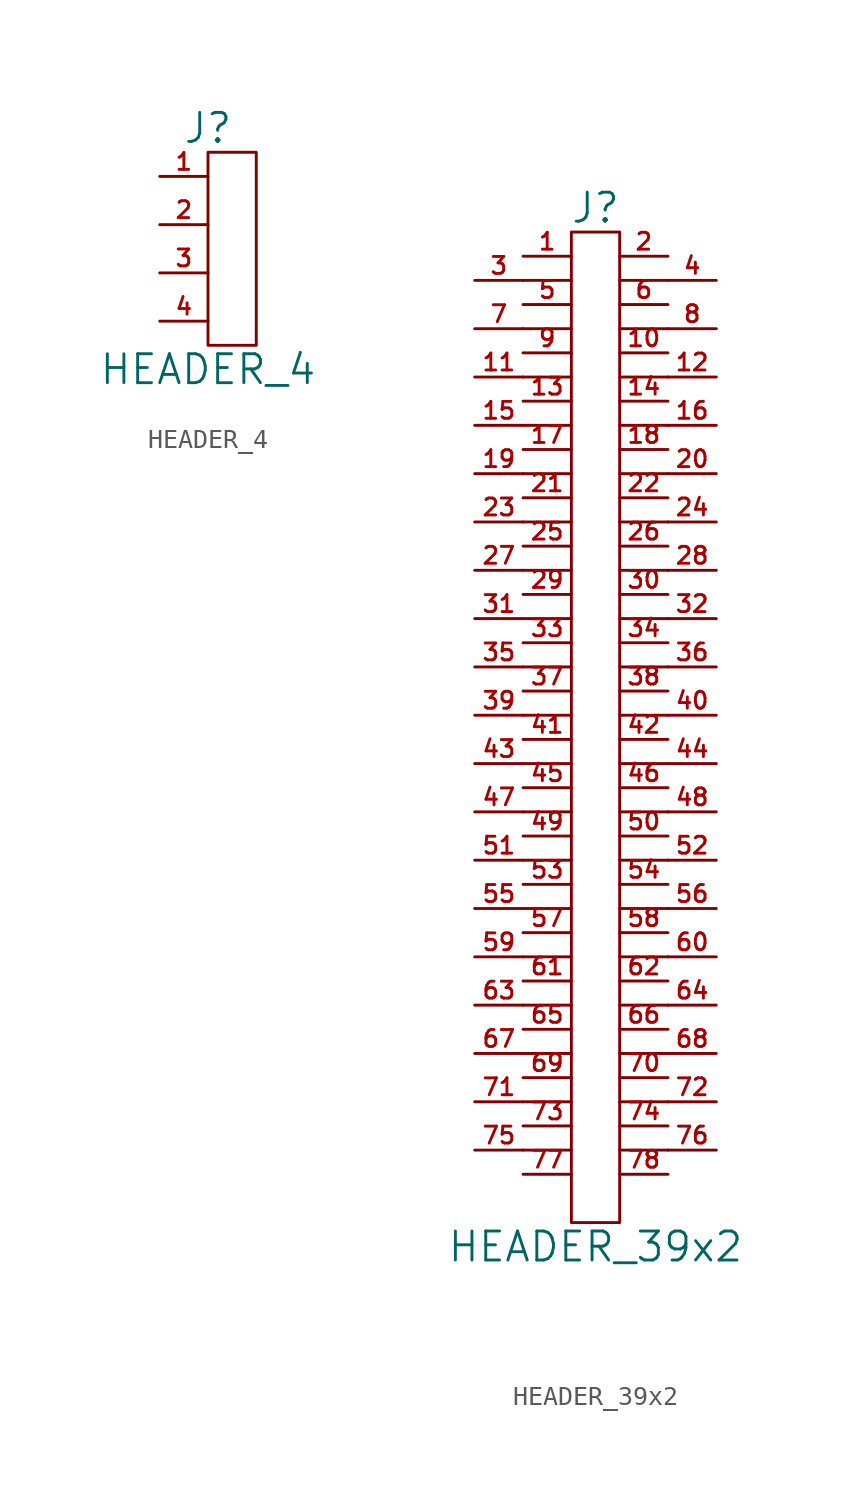
<source format=kicad_sym>
(kicad_symbol_lib
  (version 20201005)
  (generator kicad_symbol_editor)
  (symbol "HEADER_4"
    (pin_names
      (offset 0))
    (property "Reference" "J"
      (at 0 6.35 0)
      (effects (font (size 1.524 1.524))))
    (property "Value" "HEADER_4"
      (at 0 -6.35 0)
      (effects (font (size 1.524 1.524))))
    (property "Footprint" ""
      (at 0 0 0)
      (effects (font (size 1.524 1.524))))
    (property "Datasheet" ""
      (at 0 0 0)
      (effects (font (size 1.524 1.524))))
    (symbol "HEADER_4_0_1"
      (rectangle (start 2.54 5.08) (end 0 -5.08) (stroke (width 0)) (fill (type none))))
    (symbol "HEADER_4_1_1"
      (pin passive line (at -2.54 3.81 0) (length 2.54) (name "~" (effects (font (size 1.27 1.27)))) (number "1" (effects (font (size 0.889 0.889)))))
      (pin passive line (at -2.54 1.27 0) (length 2.54) (name "~" (effects (font (size 1.27 1.27)))) (number "2" (effects (font (size 0.889 0.889)))))
      (pin passive line (at -2.54 -1.27 0) (length 2.54) (name "~" (effects (font (size 1.27 1.27)))) (number "3" (effects (font (size 0.889 0.889)))))
      (pin passive line (at -2.54 -3.81 0) (length 2.54) (name "~" (effects (font (size 1.27 1.27)))) (number "4" (effects (font (size 0.889 0.889)))))))
  (symbol "HEADER_39x2"
    (pin_names
      (offset 0))
    (property "Reference" "J"
      (at 0 26.67 0)
      (effects (font (size 1.524 1.524))))
    (property "Value" "HEADER_39x2"
      (at 0 -27.94 0)
      (effects (font (size 1.524 1.524))))
    (property "Footprint" ""
      (at 0 0 0)
      (effects (font (size 1.524 1.524))))
    (property "Datasheet" ""
      (at 0 0 0)
      (effects (font (size 1.524 1.524))))
    (symbol "HEADER_39x2_0_1"
      (rectangle (start -1.27 25.4) (end 1.27 -26.67) (stroke (width 0)) (fill (type none)))
      (polyline (pts (xy -3.81 -22.86) (xy -1.27 -22.86)) (stroke (width 0)) (fill (type none)))
      (polyline (pts (xy -3.81 -20.32) (xy -1.27 -20.32)) (stroke (width 0)) (fill (type none)))
      (polyline (pts (xy -3.81 -17.78) (xy -1.27 -17.78)) (stroke (width 0)) (fill (type none)))
      (polyline (pts (xy -3.81 -15.24) (xy -1.27 -15.24)) (stroke (width 0)) (fill (type none)))
      (polyline (pts (xy -3.81 -12.7) (xy -1.27 -12.7)) (stroke (width 0)) (fill (type none)))
      (polyline (pts (xy -3.81 -10.16) (xy -1.27 -10.16)) (stroke (width 0)) (fill (type none)))
      (polyline (pts (xy -3.81 -7.62) (xy -1.27 -7.62)) (stroke (width 0)) (fill (type none)))
      (polyline (pts (xy -3.81 -5.08) (xy -1.27 -5.08)) (stroke (width 0)) (fill (type none)))
      (polyline (pts (xy -3.81 -2.54) (xy -1.27 -2.54)) (stroke (width 0)) (fill (type none)))
      (polyline (pts (xy -3.81 0) (xy -1.27 0)) (stroke (width 0)) (fill (type none)))
      (polyline (pts (xy -3.81 2.54) (xy -1.27 2.54)) (stroke (width 0)) (fill (type none)))
      (polyline (pts (xy -3.81 5.08) (xy -1.27 5.08)) (stroke (width 0)) (fill (type none)))
      (polyline (pts (xy -3.81 7.62) (xy -1.27 7.62)) (stroke (width 0)) (fill (type none)))
      (polyline (pts (xy -3.81 10.16) (xy -1.27 10.16)) (stroke (width 0)) (fill (type none)))
      (polyline (pts (xy -3.81 12.7) (xy -1.27 12.7)) (stroke (width 0)) (fill (type none)))
      (polyline (pts (xy -3.81 15.24) (xy -1.27 15.24)) (stroke (width 0)) (fill (type none)))
      (polyline (pts (xy -3.81 17.78) (xy -1.27 17.78)) (stroke (width 0)) (fill (type none)))
      (polyline (pts (xy -3.81 20.32) (xy -1.27 20.32)) (stroke (width 0)) (fill (type none)))
      (polyline (pts (xy -3.81 22.86) (xy -1.27 22.86)) (stroke (width 0)) (fill (type none)))
      (polyline (pts (xy 1.27 -22.86) (xy 3.81 -22.86)) (stroke (width 0)) (fill (type none)))
      (polyline (pts (xy 1.27 -20.32) (xy 3.81 -20.32)) (stroke (width 0)) (fill (type none)))
      (polyline (pts (xy 1.27 -17.78) (xy 3.81 -17.78)) (stroke (width 0)) (fill (type none)))
      (polyline (pts (xy 1.27 -15.24) (xy 3.81 -15.24)) (stroke (width 0)) (fill (type none)))
      (polyline (pts (xy 1.27 -12.7) (xy 3.81 -12.7)) (stroke (width 0)) (fill (type none)))
      (polyline (pts (xy 1.27 -10.16) (xy 3.81 -10.16)) (stroke (width 0)) (fill (type none)))
      (polyline (pts (xy 1.27 -7.62) (xy 3.81 -7.62)) (stroke (width 0)) (fill (type none)))
      (polyline (pts (xy 1.27 -5.08) (xy 3.81 -5.08)) (stroke (width 0)) (fill (type none)))
      (polyline (pts (xy 1.27 -2.54) (xy 3.81 -2.54)) (stroke (width 0)) (fill (type none)))
      (polyline (pts (xy 1.27 0) (xy 3.81 0)) (stroke (width 0)) (fill (type none)))
      (polyline (pts (xy 1.27 2.54) (xy 3.81 2.54)) (stroke (width 0)) (fill (type none)))
      (polyline (pts (xy 1.27 5.08) (xy 3.81 5.08)) (stroke (width 0)) (fill (type none)))
      (polyline (pts (xy 1.27 7.62) (xy 3.81 7.62)) (stroke (width 0)) (fill (type none)))
      (polyline (pts (xy 1.27 10.16) (xy 3.81 10.16)) (stroke (width 0)) (fill (type none)))
      (polyline (pts (xy 1.27 12.7) (xy 3.81 12.7)) (stroke (width 0)) (fill (type none)))
      (polyline (pts (xy 1.27 15.24) (xy 3.81 15.24)) (stroke (width 0)) (fill (type none)))
      (polyline (pts (xy 1.27 17.78) (xy 3.81 17.78)) (stroke (width 0)) (fill (type none)))
      (polyline (pts (xy 1.27 20.32) (xy 3.81 20.32)) (stroke (width 0)) (fill (type none)))
      (polyline (pts (xy 1.27 22.86) (xy 3.81 22.86)) (stroke (width 0)) (fill (type none))))
    (symbol "HEADER_39x2_1_1"
      (pin passive line (at -3.81 24.13 0) (length 2.54) (name "~" (effects (font (size 1.27 1.27)))) (number "1" (effects (font (size 0.889 0.889)))))
      (pin passive line (at 3.81 19.05 180) (length 2.54) (name "~" (effects (font (size 1.27 1.27)))) (number "10" (effects (font (size 0.889 0.889)))))
      (pin passive line (at -6.35 17.78 0) (length 2.54) (name "~" (effects (font (size 1.27 1.27)))) (number "11" (effects (font (size 0.889 0.889)))))
      (pin passive line (at 6.35 17.78 180) (length 2.54) (name "~" (effects (font (size 1.27 1.27)))) (number "12" (effects (font (size 0.889 0.889)))))
      (pin passive line (at -3.81 16.51 0) (length 2.54) (name "~" (effects (font (size 1.27 1.27)))) (number "13" (effects (font (size 0.889 0.889)))))
      (pin passive line (at 3.81 16.51 180) (length 2.54) (name "~" (effects (font (size 1.27 1.27)))) (number "14" (effects (font (size 0.889 0.889)))))
      (pin passive line (at -6.35 15.24 0) (length 2.54) (name "~" (effects (font (size 1.27 1.27)))) (number "15" (effects (font (size 0.889 0.889)))))
      (pin passive line (at 6.35 15.24 180) (length 2.54) (name "~" (effects (font (size 1.27 1.27)))) (number "16" (effects (font (size 0.889 0.889)))))
      (pin passive line (at -3.81 13.97 0) (length 2.54) (name "~" (effects (font (size 1.27 1.27)))) (number "17" (effects (font (size 0.889 0.889)))))
      (pin passive line (at 3.81 13.97 180) (length 2.54) (name "~" (effects (font (size 1.27 1.27)))) (number "18" (effects (font (size 0.889 0.889)))))
      (pin passive line (at -6.35 12.7 0) (length 2.54) (name "~" (effects (font (size 1.27 1.27)))) (number "19" (effects (font (size 0.889 0.889)))))
      (pin passive line (at 3.81 24.13 180) (length 2.54) (name "~" (effects (font (size 1.27 1.27)))) (number "2" (effects (font (size 0.889 0.889)))))
      (pin passive line (at 6.35 12.7 180) (length 2.54) (name "~" (effects (font (size 1.27 1.27)))) (number "20" (effects (font (size 0.889 0.889)))))
      (pin passive line (at -3.81 11.43 0) (length 2.54) (name "~" (effects (font (size 1.27 1.27)))) (number "21" (effects (font (size 0.889 0.889)))))
      (pin passive line (at 3.81 11.43 180) (length 2.54) (name "~" (effects (font (size 1.27 1.27)))) (number "22" (effects (font (size 0.889 0.889)))))
      (pin passive line (at -6.35 10.16 0) (length 2.54) (name "~" (effects (font (size 1.27 1.27)))) (number "23" (effects (font (size 0.889 0.889)))))
      (pin passive line (at 6.35 10.16 180) (length 2.54) (name "~" (effects (font (size 1.27 1.27)))) (number "24" (effects (font (size 0.889 0.889)))))
      (pin passive line (at -3.81 8.89 0) (length 2.54) (name "~" (effects (font (size 1.27 1.27)))) (number "25" (effects (font (size 0.889 0.889)))))
      (pin passive line (at 3.81 8.89 180) (length 2.54) (name "~" (effects (font (size 1.27 1.27)))) (number "26" (effects (font (size 0.889 0.889)))))
      (pin passive line (at -6.35 7.62 0) (length 2.54) (name "~" (effects (font (size 1.27 1.27)))) (number "27" (effects (font (size 0.889 0.889)))))
      (pin passive line (at 6.35 7.62 180) (length 2.54) (name "~" (effects (font (size 1.27 1.27)))) (number "28" (effects (font (size 0.889 0.889)))))
      (pin passive line (at -3.81 6.35 0) (length 2.54) (name "~" (effects (font (size 1.27 1.27)))) (number "29" (effects (font (size 0.889 0.889)))))
      (pin passive line (at -6.35 22.86 0) (length 2.54) (name "~" (effects (font (size 1.27 1.27)))) (number "3" (effects (font (size 0.889 0.889)))))
      (pin passive line (at 3.81 6.35 180) (length 2.54) (name "~" (effects (font (size 1.27 1.27)))) (number "30" (effects (font (size 0.889 0.889)))))
      (pin passive line (at -6.35 5.08 0) (length 2.54) (name "~" (effects (font (size 1.27 1.27)))) (number "31" (effects (font (size 0.889 0.889)))))
      (pin passive line (at 6.35 5.08 180) (length 2.54) (name "~" (effects (font (size 1.27 1.27)))) (number "32" (effects (font (size 0.889 0.889)))))
      (pin passive line (at -3.81 3.81 0) (length 2.54) (name "~" (effects (font (size 1.27 1.27)))) (number "33" (effects (font (size 0.889 0.889)))))
      (pin passive line (at 3.81 3.81 180) (length 2.54) (name "~" (effects (font (size 1.27 1.27)))) (number "34" (effects (font (size 0.889 0.889)))))
      (pin passive line (at -6.35 2.54 0) (length 2.54) (name "~" (effects (font (size 1.27 1.27)))) (number "35" (effects (font (size 0.889 0.889)))))
      (pin passive line (at 6.35 2.54 180) (length 2.54) (name "~" (effects (font (size 1.27 1.27)))) (number "36" (effects (font (size 0.889 0.889)))))
      (pin passive line (at -3.81 1.27 0) (length 2.54) (name "~" (effects (font (size 0.889 0.889)))) (number "37" (effects (font (size 0.889 0.889)))))
      (pin passive line (at 3.81 1.27 180) (length 2.54) (name "~" (effects (font (size 1.27 1.27)))) (number "38" (effects (font (size 0.889 0.889)))))
      (pin passive line (at -6.35 0 0) (length 2.54) (name "~" (effects (font (size 1.27 1.27)))) (number "39" (effects (font (size 0.889 0.889)))))
      (pin passive line (at 6.35 22.86 180) (length 2.54) (name "~" (effects (font (size 1.27 1.27)))) (number "4" (effects (font (size 0.889 0.889)))))
      (pin passive line (at 6.35 0 180) (length 2.54) (name "~" (effects (font (size 1.27 1.27)))) (number "40" (effects (font (size 0.889 0.889)))))
      (pin passive line (at -3.81 -1.27 0) (length 2.54) (name "~" (effects (font (size 1.27 1.27)))) (number "41" (effects (font (size 0.889 0.889)))))
      (pin passive line (at 3.81 -1.27 180) (length 2.54) (name "~" (effects (font (size 1.27 1.27)))) (number "42" (effects (font (size 0.889 0.889)))))
      (pin passive line (at -6.35 -2.54 0) (length 2.54) (name "~" (effects (font (size 1.27 1.27)))) (number "43" (effects (font (size 0.889 0.889)))))
      (pin passive line (at 6.35 -2.54 180) (length 2.54) (name "~" (effects (font (size 1.27 1.27)))) (number "44" (effects (font (size 0.889 0.889)))))
      (pin passive line (at -3.81 -3.81 0) (length 2.54) (name "~" (effects (font (size 1.27 1.27)))) (number "45" (effects (font (size 0.889 0.889)))))
      (pin passive line (at 3.81 -3.81 180) (length 2.54) (name "~" (effects (font (size 1.27 1.27)))) (number "46" (effects (font (size 0.889 0.889)))))
      (pin passive line (at -6.35 -5.08 0) (length 2.54) (name "~" (effects (font (size 1.27 1.27)))) (number "47" (effects (font (size 0.889 0.889)))))
      (pin passive line (at 6.35 -5.08 180) (length 2.54) (name "~" (effects (font (size 1.27 1.27)))) (number "48" (effects (font (size 0.889 0.889)))))
      (pin passive line (at -3.81 -6.35 0) (length 2.54) (name "~" (effects (font (size 1.27 1.27)))) (number "49" (effects (font (size 0.889 0.889)))))
      (pin passive line (at -3.81 21.59 0) (length 2.54) (name "~" (effects (font (size 1.27 1.27)))) (number "5" (effects (font (size 0.889 0.889)))))
      (pin passive line (at 3.81 -6.35 180) (length 2.54) (name "~" (effects (font (size 1.27 1.27)))) (number "50" (effects (font (size 0.889 0.889)))))
      (pin passive line (at -6.35 -7.62 0) (length 2.54) (name "~" (effects (font (size 1.27 1.27)))) (number "51" (effects (font (size 0.889 0.889)))))
      (pin passive line (at 6.35 -7.62 180) (length 2.54) (name "~" (effects (font (size 1.27 1.27)))) (number "52" (effects (font (size 0.889 0.889)))))
      (pin passive line (at -3.81 -8.89 0) (length 2.54) (name "~" (effects (font (size 1.27 1.27)))) (number "53" (effects (font (size 0.889 0.889)))))
      (pin passive line (at 3.81 -8.89 180) (length 2.54) (name "~" (effects (font (size 1.27 1.27)))) (number "54" (effects (font (size 0.889 0.889)))))
      (pin passive line (at -6.35 -10.16 0) (length 2.54) (name "~" (effects (font (size 1.27 1.27)))) (number "55" (effects (font (size 0.889 0.889)))))
      (pin passive line (at 6.35 -10.16 180) (length 2.54) (name "~" (effects (font (size 1.27 1.27)))) (number "56" (effects (font (size 0.889 0.889)))))
      (pin passive line (at -3.81 -11.43 0) (length 2.54) (name "~" (effects (font (size 1.27 1.27)))) (number "57" (effects (font (size 0.889 0.889)))))
      (pin passive line (at 3.81 -11.43 180) (length 2.54) (name "~" (effects (font (size 1.27 1.27)))) (number "58" (effects (font (size 0.889 0.889)))))
      (pin passive line (at -6.35 -12.7 0) (length 2.54) (name "~" (effects (font (size 1.27 1.27)))) (number "59" (effects (font (size 0.889 0.889)))))
      (pin passive line (at 3.81 21.59 180) (length 2.54) (name "~" (effects (font (size 1.27 1.27)))) (number "6" (effects (font (size 0.889 0.889)))))
      (pin passive line (at 6.35 -12.7 180) (length 2.54) (name "~" (effects (font (size 1.27 1.27)))) (number "60" (effects (font (size 0.889 0.889)))))
      (pin passive line (at -3.81 -13.97 0) (length 2.54) (name "~" (effects (font (size 1.27 1.27)))) (number "61" (effects (font (size 0.889 0.889)))))
      (pin passive line (at 3.81 -13.97 180) (length 2.54) (name "~" (effects (font (size 1.27 1.27)))) (number "62" (effects (font (size 0.889 0.889)))))
      (pin passive line (at -6.35 -15.24 0) (length 2.54) (name "~" (effects (font (size 1.27 1.27)))) (number "63" (effects (font (size 0.889 0.889)))))
      (pin passive line (at 6.35 -15.24 180) (length 2.54) (name "~" (effects (font (size 1.27 1.27)))) (number "64" (effects (font (size 0.889 0.889)))))
      (pin passive line (at -3.81 -16.51 0) (length 2.54) (name "~" (effects (font (size 1.27 1.27)))) (number "65" (effects (font (size 0.889 0.889)))))
      (pin passive line (at 3.81 -16.51 180) (length 2.54) (name "~" (effects (font (size 1.27 1.27)))) (number "66" (effects (font (size 0.889 0.889)))))
      (pin passive line (at -6.35 -17.78 0) (length 2.54) (name "~" (effects (font (size 1.27 1.27)))) (number "67" (effects (font (size 0.889 0.889)))))
      (pin passive line (at 6.35 -17.78 180) (length 2.54) (name "~" (effects (font (size 1.27 1.27)))) (number "68" (effects (font (size 0.889 0.889)))))
      (pin passive line (at -3.81 -19.05 0) (length 2.54) (name "~" (effects (font (size 1.27 1.27)))) (number "69" (effects (font (size 0.889 0.889)))))
      (pin passive line (at -6.35 20.32 0) (length 2.54) (name "~" (effects (font (size 1.27 1.27)))) (number "7" (effects (font (size 0.889 0.889)))))
      (pin passive line (at 3.81 -19.05 180) (length 2.54) (name "~" (effects (font (size 1.27 1.27)))) (number "70" (effects (font (size 0.889 0.889)))))
      (pin passive line (at -6.35 -20.32 0) (length 2.54) (name "~" (effects (font (size 1.27 1.27)))) (number "71" (effects (font (size 0.889 0.889)))))
      (pin passive line (at 6.35 -20.32 180) (length 2.54) (name "~" (effects (font (size 1.27 1.27)))) (number "72" (effects (font (size 0.889 0.889)))))
      (pin passive line (at -3.81 -21.59 0) (length 2.54) (name "~" (effects (font (size 1.27 1.27)))) (number "73" (effects (font (size 0.889 0.889)))))
      (pin passive line (at 3.81 -21.59 180) (length 2.54) (name "~" (effects (font (size 1.27 1.27)))) (number "74" (effects (font (size 0.889 0.889)))))
      (pin passive line (at -6.35 -22.86 0) (length 2.54) (name "~" (effects (font (size 1.27 1.27)))) (number "75" (effects (font (size 0.889 0.889)))))
      (pin passive line (at 6.35 -22.86 180) (length 2.54) (name "~" (effects (font (size 1.27 1.27)))) (number "76" (effects (font (size 0.889 0.889)))))
      (pin passive line (at -3.81 -24.13 0) (length 2.54) (name "~" (effects (font (size 1.27 1.27)))) (number "77" (effects (font (size 0.889 0.889)))))
      (pin passive line (at 3.81 -24.13 180) (length 2.54) (name "~" (effects (font (size 1.27 1.27)))) (number "78" (effects (font (size 0.889 0.889)))))
      (pin passive line (at 6.35 20.32 180) (length 2.54) (name "~" (effects (font (size 1.27 1.27)))) (number "8" (effects (font (size 0.889 0.889)))))
      (pin passive line (at -3.81 19.05 0) (length 2.54) (name "~" (effects (font (size 1.27 1.27)))) (number "9" (effects (font (size 0.889 0.889))))))))
</source>
